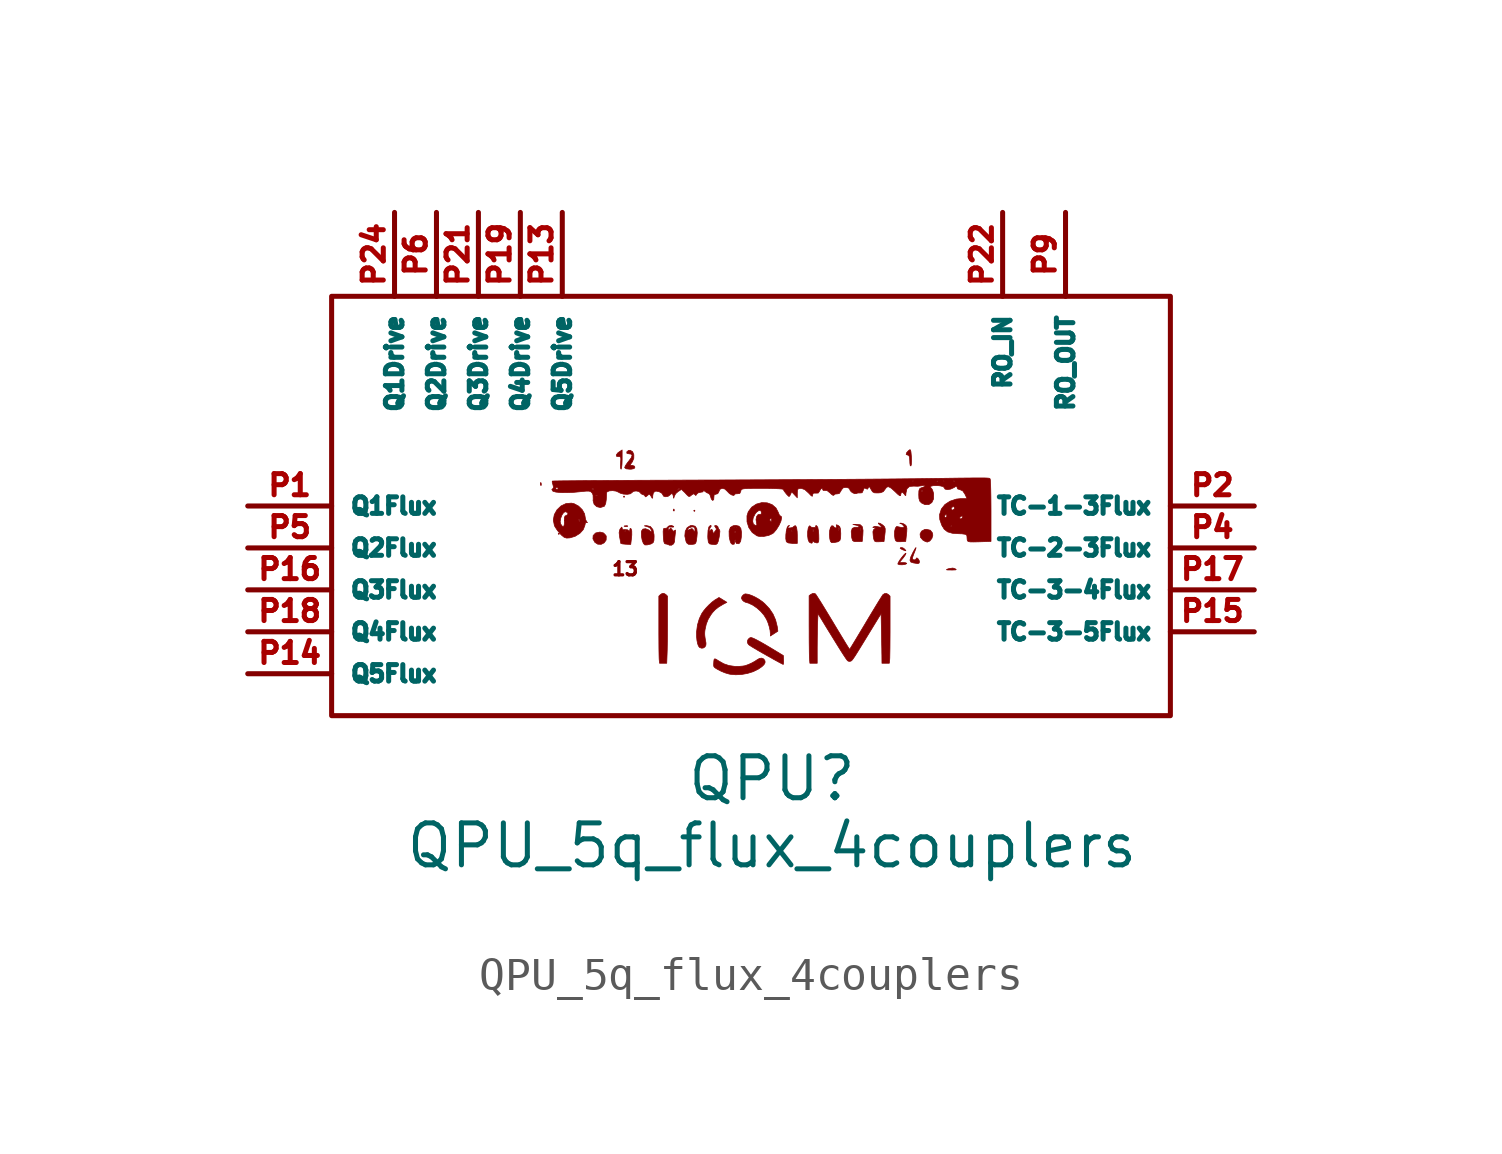
<source format=kicad_sym>
(kicad_symbol_lib
  (version 20220914)
  (generator kicad_symbol_editor)
  (symbol "QPU_5q_flux_4couplers"
    (property "Reference" "QPU"
      (at -5.715 -1.905 0)
      (effects (font (size 1.27 1.27))))
    (property "Value" "QPU_5q_flux_4couplers"
      (at -5.715 -3.937 0)
      (effects (font (size 1.27 1.27))))
    (symbol "QPU_5q_flux_4couplers_0_0"
      (polyline (pts (xy -12.15 5.509) (xy -12.17 5.528) (xy -12.189 5.509) (xy -12.17 5.489) (xy -12.15 5.509)) (stroke (width 0.01) (type default)) (fill (type outline)))
      (polyline (pts (xy -10.176 6.632) (xy -10.195 6.651) (xy -10.214 6.632) (xy -10.195 6.612) (xy -10.176 6.632)) (stroke (width 0.01) (type default)) (fill (type outline)))
      (polyline (pts (xy -8.046 6.206) (xy -8.065 6.225) (xy -8.085 6.206) (xy -8.065 6.186) (xy -8.046 6.206)) (stroke (width 0.01) (type default)) (fill (type outline)))
      (polyline (pts (xy -12.7 6.985) (xy -12.705 7.045) (xy -12.719 7.063) (xy -12.728 7.022) (xy -12.725 6.983) (xy -12.708 6.971) (xy -12.7 6.985)) (stroke (width 0.01) (type default)) (fill (type outline)))
      (polyline (pts (xy -10.084 5.733) (xy -10.088 5.747) (xy -10.106 5.753) (xy -10.185 5.747) (xy -10.192 5.734) (xy -10.137 5.728) (xy -10.084 5.733)) (stroke (width 0.01) (type default)) (fill (type outline)))
      (polyline (pts (xy -8.674 6.205) (xy -8.678 6.251) (xy -8.69 6.257) (xy -8.704 6.225) (xy -8.701 6.205) (xy -8.678 6.199) (xy -8.674 6.205)) (stroke (width 0.01) (type default)) (fill (type outline)))
      (polyline (pts (xy -1.661 5.002) (xy -1.703 5.049) (xy -1.752 5.083) (xy -1.818 5.092) (xy -1.833 5.067) (xy -1.773 5.032) (xy -1.741 5.018) (xy -1.671 4.993) (xy -1.661 5.002)) (stroke (width 0.01) (type default)) (fill (type outline)))
      (polyline (pts (xy -0.237 4.411) (xy -0.154 4.415) (xy -0.135 4.427) (xy -0.173 4.451) (xy -0.238 4.471) (xy -0.366 4.451) (xy -0.41 4.435) (xy -0.432 4.419) (xy -0.392 4.412) (xy -0.283 4.411) (xy -0.237 4.411)) (stroke (width 0.01) (type default)) (fill (type outline)))
      (polyline (pts (xy -10.796 5.235) (xy -10.737 5.318) (xy -10.733 5.429) (xy -10.743 5.457) (xy -10.815 5.533) (xy -10.925 5.561) (xy -11.05 5.534) (xy -11.061 5.528) (xy -11.13 5.455) (xy -11.137 5.355) (xy -11.079 5.25) (xy -10.991 5.193) (xy -10.887 5.189) (xy -10.796 5.235)) (stroke (width 0.01) (type default)) (fill (type outline)))
      (polyline (pts (xy -0.935 5.29) (xy -0.871 5.37) (xy -0.844 5.465) (xy -0.855 5.534) (xy -0.919 5.616) (xy -1.038 5.644) (xy -1.091 5.639) (xy -1.185 5.588) (xy -1.23 5.503) (xy -1.22 5.405) (xy -1.145 5.317) (xy -1.077 5.278) (xy -1.013 5.257) (xy -0.935 5.29)) (stroke (width 0.01) (type default)) (fill (type outline)))
      (polyline (pts (xy -10.283 7.465) (xy -10.268 7.513) (xy -10.257 7.616) (xy -10.253 7.755) (xy -10.253 8.047) (xy -10.351 7.982) (xy -10.387 7.955) (xy -10.43 7.894) (xy -10.418 7.851) (xy -10.35 7.845) (xy -10.33 7.847) (xy -10.3 7.832) (xy -10.292 7.776) (xy -10.3 7.661) (xy -10.305 7.587) (xy -10.301 7.499) (xy -10.286 7.464) (xy -10.283 7.465)) (stroke (width 0.01) (type default)) (fill (type outline)))
      (polyline (pts (xy -1.494 7.608) (xy -1.488 7.71) (xy -1.493 7.843) (xy -1.496 7.878) (xy -1.507 7.994) (xy -1.521 8.048) (xy -1.545 8.053) (xy -1.585 8.021) (xy -1.639 7.962) (xy -1.652 7.909) (xy -1.599 7.89) (xy -1.572 7.881) (xy -1.548 7.826) (xy -1.541 7.708) (xy -1.539 7.648) (xy -1.528 7.574) (xy -1.507 7.563) (xy -1.494 7.608)) (stroke (width 0.01) (type default)) (fill (type outline)))
      (polyline (pts (xy -1.684 4.581) (xy -1.634 4.605) (xy -1.633 4.607) (xy -1.659 4.629) (xy -1.736 4.638) (xy -1.858 4.638) (xy -1.758 4.757) (xy -1.738 4.781) (xy -1.68 4.863) (xy -1.657 4.917) (xy -1.67 4.918) (xy -1.718 4.873) (xy -1.788 4.788) (xy -1.841 4.716) (xy -1.891 4.634) (xy -1.904 4.592) (xy -1.856 4.572) (xy -1.77 4.569) (xy -1.684 4.581)) (stroke (width 0.01) (type default)) (fill (type outline)))
      (polyline (pts (xy -1.665 5.277) (xy -1.64 5.503) (xy -1.633 5.569) (xy -1.629 5.676) (xy -1.645 5.74) (xy -1.684 5.782) (xy -1.736 5.813) (xy -1.812 5.832) (xy -1.844 5.826) (xy -1.806 5.812) (xy -1.773 5.797) (xy -1.72 5.738) (xy -1.714 5.713) (xy -1.734 5.696) (xy -1.801 5.701) (xy -1.928 5.728) (xy -1.944 5.726) (xy -1.979 5.678) (xy -2.001 5.585) (xy -2.005 5.467) (xy -1.989 5.349) (xy -1.967 5.296) (xy -1.917 5.269) (xy -1.816 5.268) (xy -1.665 5.277)) (stroke (width 0.01) (type default)) (fill (type outline)))
      (polyline (pts (xy -1.255 4.625) (xy -1.25 4.683) (xy -1.285 4.746) (xy -1.328 4.78) (xy -1.347 4.762) (xy -1.354 4.74) (xy -1.406 4.715) (xy -1.432 4.72) (xy -1.464 4.755) (xy -1.463 4.764) (xy -1.443 4.834) (xy -1.406 4.934) (xy -1.395 4.958) (xy -1.358 5.06) (xy -1.354 5.092) (xy -1.383 5.055) (xy -1.444 4.947) (xy -1.444 4.947) (xy -1.514 4.802) (xy -1.536 4.707) (xy -1.509 4.652) (xy -1.435 4.627) (xy -1.356 4.614) (xy -1.301 4.605) (xy -1.296 4.604) (xy -1.255 4.625)) (stroke (width 0.01) (type default)) (fill (type outline)))
      (polyline (pts (xy -9.492 5.172) (xy -9.392 5.196) (xy -9.358 5.21) (xy -9.31 5.246) (xy -9.289 5.31) (xy -9.285 5.427) (xy -9.287 5.483) (xy -9.321 5.638) (xy -9.397 5.729) (xy -9.514 5.756) (xy -9.575 5.752) (xy -9.573 5.744) (xy -9.498 5.726) (xy -9.419 5.695) (xy -9.368 5.625) (xy -9.362 5.588) (xy -9.373 5.569) (xy -9.426 5.608) (xy -9.447 5.624) (xy -9.542 5.662) (xy -9.623 5.651) (xy -9.666 5.591) (xy -9.671 5.553) (xy -9.668 5.432) (xy -9.645 5.311) (xy -9.608 5.215) (xy -9.564 5.171) (xy -9.492 5.172)) (stroke (width 0.01) (type default)) (fill (type outline)))
      (polyline (pts (xy -9.976 7.465) (xy -9.891 7.482) (xy -9.866 7.522) (xy -9.881 7.557) (xy -9.946 7.58) (xy -9.951 7.58) (xy -10.001 7.584) (xy -10 7.61) (xy -9.943 7.687) (xy -9.899 7.793) (xy -9.898 7.903) (xy -9.935 7.993) (xy -10.008 8.037) (xy -10.059 8.033) (xy -10.111 7.989) (xy -10.112 7.986) (xy -10.107 7.942) (xy -10.039 7.929) (xy -9.988 7.923) (xy -9.95 7.887) (xy -9.975 7.813) (xy -10.061 7.698) (xy -10.093 7.659) (xy -10.152 7.572) (xy -10.176 7.514) (xy -10.175 7.51) (xy -10.132 7.476) (xy -10.021 7.464) (xy -9.976 7.465)) (stroke (width 0.01) (type default)) (fill (type outline)))
      (polyline (pts (xy -8.89 1.905) (xy -8.887 1.992) (xy -8.885 2.112) (xy -8.883 2.254) (xy -8.881 2.412) (xy -8.88 2.58) (xy -8.879 2.752) (xy -8.879 2.921) (xy -8.879 3.619) (xy -8.921 3.662) (xy -8.923 3.664) (xy -8.966 3.693) (xy -9.01 3.705) (xy -9.011 3.705) (xy -9.055 3.692) (xy -9.098 3.662) (xy -9.141 3.619) (xy -9.141 2.664) (xy -9.141 2.486) (xy -9.14 2.317) (xy -9.139 2.161) (xy -9.138 2.02) (xy -9.136 1.9) (xy -9.134 1.803) (xy -9.132 1.733) (xy -9.13 1.695) (xy -9.119 1.587) (xy -8.902 1.587) (xy -8.89 1.905)) (stroke (width 0.01) (type default)) (fill (type outline)))
      (polyline (pts (xy -2.982 5.275) (xy -2.963 5.469) (xy -2.957 5.608) (xy -2.978 5.721) (xy -3.038 5.78) (xy -3.14 5.795) (xy -3.264 5.79) (xy -3.148 5.765) (xy -3.101 5.751) (xy -3.07 5.726) (xy -3.104 5.707) (xy -3.196 5.704) (xy -3.209 5.705) (xy -3.284 5.672) (xy -3.293 5.644) (xy -3.051 5.644) (xy -3.048 5.665) (xy -3.025 5.67) (xy -3.021 5.664) (xy -3.025 5.619) (xy -3.037 5.612) (xy -3.051 5.644) (xy -3.293 5.644) (xy -3.315 5.576) (xy -3.303 5.415) (xy -3.298 5.383) (xy -3.274 5.304) (xy -3.227 5.274) (xy -3.13 5.271) (xy -2.982 5.275)) (stroke (width 0.01) (type default)) (fill (type outline)))
      (polyline (pts (xy -2.472 5.267) (xy -2.322 5.273) (xy -2.296 5.486) (xy -2.287 5.565) (xy -2.285 5.66) (xy -2.306 5.72) (xy -2.355 5.769) (xy -2.424 5.815) (xy -2.484 5.837) (xy -2.497 5.824) (xy -2.461 5.784) (xy -2.446 5.772) (xy -2.398 5.721) (xy -2.419 5.704) (xy -2.509 5.722) (xy -2.592 5.736) (xy -2.65 5.713) (xy -2.658 5.694) (xy -2.631 5.699) (xy -2.611 5.707) (xy -2.587 5.689) (xy -2.589 5.676) (xy -2.631 5.636) (xy -2.639 5.631) (xy -2.658 5.57) (xy -2.648 5.441) (xy -2.634 5.354) (xy -2.61 5.289) (xy -2.563 5.267) (xy -2.472 5.267)) (stroke (width 0.01) (type default)) (fill (type outline)))
      (polyline (pts (xy -5.372 1.553) (xy -5.366 1.575) (xy -5.363 1.622) (xy -5.364 1.685) (xy -5.369 1.819) (xy -5.564 1.938) (xy -5.738 2.043) (xy -5.909 2.145) (xy -6.054 2.228) (xy -6.171 2.291) (xy -6.261 2.336) (xy -6.324 2.361) (xy -6.358 2.366) (xy -6.395 2.352) (xy -6.438 2.311) (xy -6.459 2.258) (xy -6.455 2.202) (xy -6.423 2.152) (xy -6.423 2.152) (xy -6.39 2.128) (xy -6.328 2.088) (xy -6.239 2.034) (xy -6.125 1.967) (xy -5.988 1.888) (xy -5.83 1.799) (xy -5.654 1.7) (xy -5.581 1.66) (xy -5.502 1.617) (xy -5.437 1.583) (xy -5.393 1.56) (xy -5.373 1.552) (xy -5.372 1.553)) (stroke (width 0.01) (type default)) (fill (type outline)))
      (polyline (pts (xy -4.948 5.468) (xy -4.952 5.574) (xy -4.968 5.691) (xy -4.995 5.746) (xy -5.017 5.754) (xy -5.056 5.729) (xy -5.093 5.698) (xy -5.174 5.684) (xy -5.211 5.685) (xy -5.248 5.696) (xy -5.22 5.725) (xy -5.207 5.734) (xy -5.181 5.758) (xy -5.22 5.751) (xy -5.223 5.749) (xy -5.255 5.699) (xy -5.28 5.601) (xy -5.282 5.586) (xy -5.142 5.586) (xy -5.123 5.606) (xy -5.103 5.586) (xy -5.123 5.567) (xy -5.142 5.586) (xy -5.282 5.586) (xy -5.295 5.479) (xy -5.297 5.361) (xy -5.281 5.271) (xy -5.279 5.267) (xy -5.22 5.231) (xy -5.104 5.218) (xy -4.948 5.218) (xy -4.948 5.468)) (stroke (width 0.01) (type default)) (fill (type outline)))
      (polyline (pts (xy -9.966 5.402) (xy -9.96 5.473) (xy -9.961 5.595) (xy -9.981 5.659) (xy -10.009 5.672) (xy -10.021 5.623) (xy -10.021 5.619) (xy -10.029 5.574) (xy -10.056 5.601) (xy -10.089 5.629) (xy -10.172 5.634) (xy -10.231 5.631) (xy -10.253 5.676) (xy -10.254 5.694) (xy -10.267 5.71) (xy -10.307 5.661) (xy -10.324 5.633) (xy -10.334 5.586) (xy -10.176 5.586) (xy -10.156 5.606) (xy -10.137 5.586) (xy -10.156 5.567) (xy -10.176 5.586) (xy -10.334 5.586) (xy -10.344 5.543) (xy -10.329 5.411) (xy -10.319 5.36) (xy -10.301 5.265) (xy -10.293 5.218) (xy -10.29 5.214) (xy -10.237 5.201) (xy -10.142 5.192) (xy -9.992 5.186) (xy -9.966 5.402)) (stroke (width 0.01) (type default)) (fill (type outline)))
      (polyline (pts (xy -5.65 2.486) (xy -5.537 2.559) (xy -5.546 2.637) (xy -5.556 2.702) (xy -5.605 2.898) (xy -5.683 3.077) (xy -5.793 3.241) (xy -5.936 3.393) (xy -6.005 3.453) (xy -6.111 3.527) (xy -6.223 3.591) (xy -6.332 3.642) (xy -6.433 3.676) (xy -6.517 3.688) (xy -6.54 3.684) (xy -6.586 3.656) (xy -6.623 3.613) (xy -6.638 3.565) (xy -6.635 3.545) (xy -6.608 3.498) (xy -6.563 3.457) (xy -6.511 3.433) (xy -6.426 3.409) (xy -6.297 3.348) (xy -6.171 3.262) (xy -6.055 3.158) (xy -5.955 3.041) (xy -5.879 2.917) (xy -5.836 2.816) (xy -5.798 2.696) (xy -5.772 2.579) (xy -5.763 2.477) (xy -5.763 2.413) (xy -5.65 2.486)) (stroke (width 0.01) (type default)) (fill (type outline)))
      (polyline (pts (xy -8.132 5.187) (xy -8.063 5.197) (xy -8.024 5.226) (xy -8.004 5.295) (xy -7.987 5.421) (xy -7.978 5.536) (xy -7.992 5.666) (xy -8.043 5.738) (xy -8.135 5.761) (xy -8.188 5.754) (xy -8.284 5.694) (xy -8.307 5.65) (xy -8.27 5.65) (xy -8.232 5.688) (xy -8.149 5.715) (xy -8.123 5.717) (xy -8.062 5.705) (xy -8.046 5.647) (xy -8.05 5.592) (xy -8.069 5.572) (xy -8.099 5.627) (xy -8.104 5.637) (xy -8.138 5.666) (xy -8.205 5.642) (xy -8.224 5.632) (xy -8.27 5.618) (xy -8.27 5.65) (xy -8.307 5.65) (xy -8.341 5.585) (xy -8.354 5.441) (xy -8.318 5.278) (xy -8.295 5.23) (xy -8.243 5.19) (xy -8.146 5.186) (xy -8.132 5.187)) (stroke (width 0.01) (type default)) (fill (type outline)))
      (polyline (pts (xy -4.483 5.267) (xy -4.479 5.291) (xy -4.454 5.273) (xy -4.431 5.252) (xy -4.356 5.231) (xy -4.324 5.237) (xy -4.302 5.27) (xy -4.295 5.346) (xy -4.298 5.483) (xy -4.306 5.592) (xy -4.328 5.706) (xy -4.363 5.753) (xy -4.387 5.756) (xy -4.393 5.731) (xy -4.399 5.705) (xy -4.465 5.697) (xy -4.528 5.71) (xy -4.562 5.741) (xy -4.569 5.753) (xy -4.6 5.722) (xy -4.617 5.682) (xy -4.629 5.606) (xy -4.484 5.606) (xy -4.481 5.626) (xy -4.458 5.631) (xy -4.453 5.626) (xy -4.458 5.58) (xy -4.47 5.574) (xy -4.484 5.606) (xy -4.629 5.606) (xy -4.634 5.574) (xy -4.636 5.448) (xy -4.621 5.334) (xy -4.592 5.265) (xy -4.561 5.238) (xy -4.506 5.222) (xy -4.483 5.267)) (stroke (width 0.01) (type default)) (fill (type outline)))
      (polyline (pts (xy -7.788 2.052) (xy -7.743 2.084) (xy -7.716 2.135) (xy -7.713 2.2) (xy -7.731 2.297) (xy -7.744 2.38) (xy -7.751 2.445) (xy -7.752 2.498) (xy -7.749 2.548) (xy -7.742 2.604) (xy -7.74 2.612) (xy -7.705 2.771) (xy -7.65 2.912) (xy -7.571 3.046) (xy -7.514 3.124) (xy -7.43 3.213) (xy -7.332 3.29) (xy -7.21 3.364) (xy -7.081 3.434) (xy -7.319 3.579) (xy -7.426 3.515) (xy -7.444 3.504) (xy -7.528 3.441) (xy -7.619 3.359) (xy -7.707 3.268) (xy -7.784 3.175) (xy -7.841 3.092) (xy -7.915 2.937) (xy -7.972 2.744) (xy -7.998 2.541) (xy -7.999 2.51) (xy -7.998 2.391) (xy -7.987 2.281) (xy -7.969 2.188) (xy -7.944 2.116) (xy -7.914 2.073) (xy -7.899 2.062) (xy -7.842 2.043) (xy -7.788 2.052)) (stroke (width 0.01) (type default)) (fill (type outline)))
      (polyline (pts (xy -7.411 5.185) (xy -7.372 5.211) (xy -7.343 5.277) (xy -7.315 5.402) (xy -7.302 5.473) (xy -7.292 5.591) (xy -7.31 5.638) (xy -7.326 5.648) (xy -7.349 5.706) (xy -7.357 5.733) (xy -7.412 5.761) (xy -7.423 5.76) (xy -7.454 5.747) (xy -7.424 5.699) (xy -7.399 5.659) (xy -7.413 5.612) (xy -7.432 5.596) (xy -7.476 5.528) (xy -7.493 5.506) (xy -7.501 5.557) (xy -7.517 5.622) (xy -7.555 5.642) (xy -7.594 5.596) (xy -7.607 5.575) (xy -7.617 5.607) (xy -7.613 5.64) (xy -7.574 5.714) (xy -7.551 5.743) (xy -7.569 5.761) (xy -7.583 5.759) (xy -7.626 5.715) (xy -7.651 5.608) (xy -7.659 5.431) (xy -7.657 5.372) (xy -7.642 5.257) (xy -7.61 5.205) (xy -7.557 5.192) (xy -7.461 5.183) (xy -7.411 5.185)) (stroke (width 0.01) (type default)) (fill (type outline)))
      (polyline (pts (xy -8.694 5.204) (xy -8.665 5.271) (xy -8.665 5.285) (xy -8.657 5.387) (xy -8.643 5.509) (xy -8.637 5.556) (xy -8.637 5.62) (xy -8.658 5.611) (xy -8.664 5.603) (xy -8.698 5.583) (xy -8.738 5.63) (xy -8.749 5.649) (xy -8.784 5.68) (xy -8.819 5.644) (xy -8.825 5.635) (xy -8.852 5.611) (xy -8.858 5.659) (xy -8.858 5.669) (xy -8.836 5.713) (xy -8.764 5.713) (xy -8.704 5.709) (xy -8.688 5.727) (xy -8.693 5.733) (xy -8.755 5.76) (xy -8.832 5.748) (xy -8.883 5.705) (xy -8.901 5.681) (xy -8.961 5.671) (xy -8.981 5.675) (xy -9.002 5.652) (xy -9.01 5.58) (xy -9.006 5.446) (xy -9.002 5.374) (xy -8.989 5.266) (xy -8.967 5.213) (xy -8.93 5.199) (xy -8.896 5.195) (xy -8.84 5.174) (xy -8.825 5.163) (xy -8.758 5.162) (xy -8.694 5.204)) (stroke (width 0.01) (type default)) (fill (type outline)))
      (polyline (pts (xy -6.86 5.193) (xy -6.84 5.267) (xy -6.838 5.311) (xy -6.832 5.328) (xy -6.819 5.271) (xy -6.794 5.216) (xy -6.731 5.207) (xy -6.7 5.222) (xy -6.663 5.284) (xy -6.643 5.406) (xy -6.637 5.549) (xy -6.658 5.673) (xy -6.715 5.74) (xy -6.811 5.761) (xy -6.889 5.752) (xy -6.975 5.701) (xy -6.977 5.694) (xy -6.899 5.694) (xy -6.894 5.709) (xy -6.877 5.714) (xy -6.797 5.709) (xy -6.791 5.695) (xy -6.846 5.689) (xy -6.899 5.694) (xy -6.977 5.694) (xy -7.014 5.596) (xy -7.013 5.567) (xy -6.846 5.567) (xy -6.843 5.587) (xy -6.82 5.593) (xy -6.815 5.587) (xy -6.82 5.541) (xy -6.832 5.535) (xy -6.846 5.567) (xy -7.013 5.567) (xy -7.011 5.431) (xy -7.001 5.363) (xy -6.975 5.262) (xy -6.946 5.209) (xy -6.91 5.189) (xy -6.86 5.193)) (stroke (width 0.01) (type default)) (fill (type outline)))
      (polyline (pts (xy -3.834 5.242) (xy -3.828 5.243) (xy -3.718 5.266) (xy -3.659 5.304) (xy -3.636 5.377) (xy -3.632 5.506) (xy -3.632 5.524) (xy -3.639 5.648) (xy -3.662 5.72) (xy -3.708 5.76) (xy -3.726 5.769) (xy -3.768 5.78) (xy -3.763 5.742) (xy -3.762 5.697) (xy -3.799 5.684) (xy -3.845 5.722) (xy -3.865 5.747) (xy -3.907 5.75) (xy -3.94 5.702) (xy -3.903 5.702) (xy -3.884 5.722) (xy -3.864 5.702) (xy -3.884 5.683) (xy -3.903 5.702) (xy -3.94 5.702) (xy -3.943 5.697) (xy -3.951 5.667) (xy -3.706 5.667) (xy -3.7 5.705) (xy -3.683 5.69) (xy -3.677 5.668) (xy -3.686 5.616) (xy -3.699 5.617) (xy -3.706 5.667) (xy -3.951 5.667) (xy -3.968 5.605) (xy -3.976 5.486) (xy -3.964 5.357) (xy -3.944 5.276) (xy -3.907 5.239) (xy -3.834 5.242)) (stroke (width 0.01) (type default)) (fill (type outline)))
      (polyline (pts (xy -6.633 1.248) (xy -6.455 1.28) (xy -6.287 1.332) (xy -6.139 1.404) (xy -6.121 1.415) (xy -6.022 1.483) (xy -5.957 1.545) (xy -5.925 1.602) (xy -5.925 1.655) (xy -5.956 1.706) (xy -5.972 1.721) (xy -6.028 1.743) (xy -6.093 1.734) (xy -6.163 1.694) (xy -6.23 1.649) (xy -6.326 1.596) (xy -6.429 1.549) (xy -6.524 1.516) (xy -6.542 1.511) (xy -6.609 1.501) (xy -6.693 1.494) (xy -6.778 1.491) (xy -6.844 1.493) (xy -7.016 1.518) (xy -7.175 1.572) (xy -7.329 1.659) (xy -7.359 1.679) (xy -7.413 1.712) (xy -7.447 1.722) (xy -7.466 1.705) (xy -7.475 1.658) (xy -7.48 1.58) (xy -7.48 1.579) (xy -7.481 1.522) (xy -7.475 1.488) (xy -7.456 1.463) (xy -7.419 1.436) (xy -7.374 1.408) (xy -7.259 1.348) (xy -7.136 1.297) (xy -7.021 1.263) (xy -6.978 1.254) (xy -6.811 1.239) (xy -6.633 1.248)) (stroke (width 0.01) (type default)) (fill (type outline)))
      (polyline (pts (xy -11.832 5.385) (xy -11.676 5.432) (xy -11.534 5.52) (xy -11.43 5.634) (xy -11.383 5.755) (xy -11.363 5.84) (xy -11.325 5.852) (xy -11.302 5.844) (xy -11.328 5.879) (xy -11.359 5.938) (xy -11.376 6.036) (xy -11.39 6.112) (xy -11.46 6.237) (xy -11.572 6.347) (xy -11.706 6.419) (xy -11.789 6.437) (xy -11.953 6.423) (xy -12.102 6.352) (xy -12.224 6.236) (xy -12.306 6.09) (xy -12.337 5.925) (xy -12.327 5.875) (xy -12.129 5.875) (xy -12.113 5.978) (xy -12.074 6.079) (xy -12.02 6.155) (xy -11.963 6.178) (xy -11.902 6.145) (xy -11.894 6.096) (xy -11.944 6.063) (xy -11.981 6.047) (xy -12.002 5.994) (xy -12.002 5.915) (xy -11.569 5.915) (xy -11.567 5.936) (xy -11.544 5.941) (xy -11.539 5.936) (xy -11.544 5.889) (xy -11.555 5.883) (xy -11.569 5.915) (xy -12.002 5.915) (xy -12.001 5.886) (xy -12.001 5.802) (xy -12.021 5.732) (xy -12.06 5.732) (xy -12.114 5.804) (xy -12.129 5.875) (xy -12.327 5.875) (xy -12.304 5.757) (xy -12.286 5.721) (xy -12.213 5.61) (xy -12.121 5.502) (xy -12.087 5.466) (xy -12.007 5.401) (xy -11.933 5.378) (xy -11.832 5.385)) (stroke (width 0.01) (type default)) (fill (type outline)))
      (polyline (pts (xy -5.813 5.459) (xy -5.689 5.519) (xy -5.662 5.541) (xy -5.577 5.642) (xy -5.498 5.769) (xy -5.442 5.895) (xy -5.424 5.991) (xy -5.432 6.031) (xy -5.457 6.048) (xy -5.463 6.047) (xy -5.495 6.085) (xy -5.53 6.17) (xy -5.593 6.289) (xy -5.712 6.392) (xy -5.862 6.446) (xy -6.025 6.452) (xy -6.186 6.408) (xy -6.327 6.316) (xy -6.433 6.175) (xy -6.472 6.052) (xy -6.471 5.888) (xy -6.3 5.888) (xy -6.282 5.998) (xy -6.223 6.113) (xy -6.18 6.165) (xy -6.107 6.217) (xy -6.054 6.213) (xy -6.033 6.149) (xy -6.043 6.101) (xy -6.09 6.095) (xy -6.137 6.089) (xy -6.179 6.032) (xy -6.198 5.943) (xy -6.196 5.927) (xy -5.785 5.927) (xy -5.762 5.973) (xy -5.742 5.977) (xy -5.723 5.937) (xy -5.724 5.917) (xy -5.742 5.878) (xy -5.779 5.913) (xy -5.785 5.927) (xy -6.196 5.927) (xy -6.184 5.848) (xy -6.17 5.781) (xy -6.204 5.761) (xy -6.218 5.761) (xy -6.278 5.802) (xy -6.3 5.888) (xy -6.471 5.888) (xy -6.471 5.872) (xy -6.416 5.696) (xy -6.313 5.548) (xy -6.171 5.447) (xy -6.112 5.431) (xy -5.966 5.428) (xy -5.813 5.459)) (stroke (width 0.01) (type default)) (fill (type outline)))
      (polyline (pts (xy -4.345 2.064) (xy -4.344 2.159) (xy -4.343 2.308) (xy -4.341 2.457) (xy -4.339 2.598) (xy -4.336 2.72) (xy -4.333 2.816) (xy -4.322 3.091) (xy -4.191 2.877) (xy -4.181 2.86) (xy -4.037 2.623) (xy -3.909 2.416) (xy -3.798 2.236) (xy -3.703 2.083) (xy -3.623 1.955) (xy -3.557 1.852) (xy -3.504 1.772) (xy -3.465 1.714) (xy -3.437 1.678) (xy -3.421 1.661) (xy -3.382 1.644) (xy -3.332 1.65) (xy -3.322 1.655) (xy -3.31 1.661) (xy -3.296 1.673) (xy -3.28 1.692) (xy -3.258 1.72) (xy -3.231 1.76) (xy -3.195 1.813) (xy -3.151 1.883) (xy -3.096 1.971) (xy -3.029 2.08) (xy -2.948 2.212) (xy -2.852 2.369) (xy -2.739 2.554) (xy -2.41 3.091) (xy -2.4 2.58) (xy -2.397 2.443) (xy -2.394 2.295) (xy -2.392 2.152) (xy -2.389 2.021) (xy -2.388 1.911) (xy -2.386 1.828) (xy -2.384 1.587) (xy -2.162 1.587) (xy -2.15 1.695) (xy -2.15 1.701) (xy -2.147 1.748) (xy -2.146 1.825) (xy -2.144 1.929) (xy -2.142 2.055) (xy -2.141 2.2) (xy -2.14 2.36) (xy -2.139 2.532) (xy -2.139 2.711) (xy -2.139 3.619) (xy -2.182 3.662) (xy -2.187 3.667) (xy -2.243 3.7) (xy -2.301 3.699) (xy -2.354 3.665) (xy -2.36 3.659) (xy -2.383 3.623) (xy -2.422 3.562) (xy -2.475 3.478) (xy -2.539 3.374) (xy -2.612 3.253) (xy -2.694 3.118) (xy -2.782 2.972) (xy -2.874 2.817) (xy -2.921 2.738) (xy -3.01 2.59) (xy -3.093 2.452) (xy -3.167 2.328) (xy -3.232 2.221) (xy -3.286 2.132) (xy -3.327 2.066) (xy -3.354 2.023) (xy -3.364 2.009) (xy -3.369 2.015) (xy -3.39 2.047) (xy -3.427 2.106) (xy -3.477 2.187) (xy -3.538 2.288) (xy -3.61 2.406) (xy -3.691 2.54) (xy -3.779 2.686) (xy -3.872 2.841) (xy -3.931 2.939) (xy -4.022 3.089) (xy -4.107 3.229) (xy -4.185 3.356) (xy -4.253 3.466) (xy -4.311 3.557) (xy -4.356 3.627) (xy -4.386 3.672) (xy -4.4 3.689) (xy -4.422 3.699) (xy -4.482 3.701) (xy -4.544 3.669) (xy -4.59 3.633) (xy -4.59 2.719) (xy -4.589 2.541) (xy -4.589 2.371) (xy -4.588 2.211) (xy -4.586 2.067) (xy -4.585 1.942) (xy -4.583 1.84) (xy -4.581 1.765) (xy -4.578 1.721) (xy -4.567 1.587) (xy -4.345 1.587) (xy -4.345 2.064)) (stroke (width 0.01) (type default)) (fill (type outline)))
      (polyline (pts (xy 0.559 5.265) (xy 0.918 5.277) (xy 0.918 6.199) (xy 0.917 6.37) (xy 0.915 6.616) (xy 0.911 6.829) (xy 0.906 6.999) (xy 0.9 7.113) (xy 0.894 7.162) (xy 0.89 7.17) (xy 0.886 7.178) (xy 0.877 7.186) (xy 0.858 7.191) (xy 0.821 7.195) (xy 0.761 7.198) (xy 0.672 7.2) (xy 0.549 7.2) (xy 0.384 7.199) (xy 0.172 7.197) (xy -0.094 7.194) (xy -0.419 7.189) (xy -0.809 7.184) (xy -1.27 7.177) (xy -1.575 7.174) (xy -1.951 7.17) (xy -2.389 7.166) (xy -2.879 7.162) (xy -3.416 7.158) (xy -3.991 7.154) (xy -4.595 7.15) (xy -5.221 7.147) (xy -5.862 7.144) (xy -6.508 7.141) (xy -7.153 7.138) (xy -7.788 7.136) (xy -8.148 7.135) (xy -8.723 7.132) (xy -9.274 7.13) (xy -9.795 7.128) (xy -10.282 7.125) (xy -10.73 7.122) (xy -11.134 7.12) (xy -11.489 7.117) (xy -11.791 7.114) (xy -12.034 7.112) (xy -12.215 7.109) (xy -12.328 7.107) (xy -12.368 7.104) (xy -12.368 7.096) (xy -1.464 7.096) (xy -1.444 7.116) (xy -1.425 7.096) (xy -1.435 7.086) (xy -0.75 7.086) (xy -0.735 7.103) (xy -0.713 7.11) (xy -0.661 7.1) (xy -0.661 7.096) (xy -0.534 7.096) (xy -0.515 7.116) (xy -0.496 7.096) (xy -0.225 7.096) (xy -0.205 7.116) (xy -0.186 7.096) (xy -0.205 7.077) (xy -0.225 7.096) (xy -0.496 7.096) (xy -0.515 7.077) (xy -0.534 7.096) (xy -0.661 7.096) (xy -0.662 7.087) (xy -0.712 7.08) (xy -0.75 7.086) (xy -1.435 7.086) (xy -1.444 7.077) (xy -1.464 7.096) (xy -12.368 7.096) (xy -12.369 7.066) (xy -12.347 6.988) (xy -12.328 6.909) (xy -12.347 6.883) (xy -12.266 6.883) (xy -12.265 6.893) (xy -12.228 6.922) (xy -12.218 6.921) (xy -12.189 6.883) (xy -12.19 6.874) (xy -12.195 6.87) (xy -11.169 6.87) (xy -11.164 6.875) (xy -11.118 6.87) (xy -11.112 6.859) (xy -11.144 6.845) (xy -11.164 6.847) (xy -11.169 6.87) (xy -12.195 6.87) (xy -12.228 6.845) (xy -12.237 6.846) (xy -12.266 6.883) (xy -12.347 6.883) (xy -12.355 6.871) (xy -12.382 6.85) (xy -12.354 6.804) (xy -12.344 6.795) (xy -12.259 6.771) (xy -12.116 6.757) (xy -11.928 6.755) (xy -11.712 6.764) (xy -11.481 6.786) (xy -11.344 6.8) (xy -11.254 6.8) (xy -11.201 6.782) (xy -11.162 6.744) (xy -11.133 6.683) (xy -11.133 6.677) (xy -11.053 6.677) (xy -11.047 6.681) (xy -11.002 6.677) (xy -10.995 6.665) (xy -11.027 6.651) (xy -11.048 6.654) (xy -11.053 6.677) (xy -11.133 6.677) (xy -11.129 6.561) (xy -11.133 6.512) (xy -11.101 6.403) (xy -11.021 6.329) (xy -10.913 6.303) (xy -10.797 6.339) (xy -10.786 6.349) (xy -10.751 6.425) (xy -10.733 6.542) (xy -10.731 6.582) (xy -10.726 6.689) (xy -10.722 6.753) (xy -10.707 6.779) (xy -10.639 6.808) (xy -10.539 6.815) (xy -10.434 6.8) (xy -10.352 6.762) (xy -10.312 6.739) (xy -10.21 6.71) (xy -10.097 6.703) (xy -10.002 6.72) (xy -9.952 6.759) (xy -9.91 6.794) (xy -9.829 6.805) (xy -9.746 6.789) (xy -9.697 6.748) (xy -9.68 6.721) (xy -9.615 6.69) (xy -9.587 6.684) (xy -9.556 6.643) (xy -9.541 6.625) (xy -9.49 6.662) (xy -9.453 6.696) (xy -9.415 6.701) (xy -9.375 6.641) (xy -9.343 6.587) (xy -9.328 6.588) (xy -9.325 6.662) (xy -9.309 6.74) (xy -9.263 6.793) (xy -9.215 6.799) (xy -9.125 6.779) (xy -9.047 6.733) (xy -9.014 6.678) (xy -8.998 6.648) (xy -8.938 6.63) (xy -8.864 6.641) (xy -8.809 6.68) (xy -8.769 6.721) (xy -8.723 6.715) (xy -8.7 6.641) (xy -8.697 6.594) (xy -8.689 6.586) (xy -8.67 6.651) (xy -8.63 6.724) (xy -8.548 6.795) (xy -8.499 6.821) (xy -8.482 6.841) (xy -8.53 6.848) (xy -8.553 6.85) (xy -8.582 6.857) (xy -8.537 6.872) (xy -8.532 6.873) (xy -8.451 6.848) (xy -8.348 6.75) (xy -8.297 6.693) (xy -8.243 6.643) (xy -8.202 6.641) (xy -8.154 6.678) (xy -8.14 6.69) (xy -8.085 6.721) (xy -8.049 6.695) (xy -8.021 6.667) (xy -7.995 6.706) (xy -7.955 6.746) (xy -7.871 6.767) (xy -7.802 6.778) (xy -7.799 6.816) (xy -7.796 6.83) (xy -7.75 6.796) (xy -7.689 6.752) (xy -7.631 6.729) (xy -7.63 6.728) (xy -7.595 6.692) (xy -7.567 6.61) (xy -7.552 6.561) (xy -7.513 6.518) (xy -7.479 6.54) (xy -7.473 6.625) (xy -7.466 6.689) (xy -7.407 6.709) (xy -7.356 6.723) (xy -7.317 6.796) (xy -7.291 6.855) (xy -7.224 6.884) (xy -7.141 6.863) (xy -7.066 6.792) (xy -7.065 6.79) (xy -7.004 6.727) (xy -6.932 6.683) (xy -6.871 6.669) (xy -6.846 6.696) (xy -6.826 6.717) (xy -6.759 6.721) (xy -6.689 6.73) (xy -6.659 6.796) (xy -6.653 6.827) (xy -6.636 6.851) (xy -6.598 6.866) (xy -6.528 6.876) (xy -6.414 6.881) (xy -6.246 6.883) (xy -6.011 6.883) (xy -5.857 6.883) (xy -5.665 6.879) (xy -5.512 6.872) (xy -5.411 6.864) (xy -5.374 6.854) (xy -5.374 6.85) (xy -5.343 6.797) (xy -5.283 6.719) (xy -5.262 6.695) (xy -5.211 6.643) (xy -5.182 6.645) (xy -5.155 6.697) (xy -5.118 6.78) (xy -5.033 6.689) (xy -4.948 6.598) (xy -4.948 6.745) (xy -4.942 6.837) (xy -4.911 6.876) (xy -4.839 6.883) (xy -4.825 6.883) (xy -4.72 6.846) (xy -4.607 6.744) (xy -4.592 6.728) (xy -4.525 6.659) (xy -4.492 6.645) (xy -4.484 6.681) (xy -4.484 6.691) (xy -4.462 6.739) (xy -4.391 6.739) (xy -4.314 6.742) (xy -4.272 6.802) (xy -4.269 6.811) (xy -4.232 6.869) (xy -4.192 6.882) (xy -4.174 6.84) (xy -4.164 6.821) (xy -4.111 6.822) (xy -4.043 6.814) (xy -3.953 6.742) (xy -3.917 6.706) (xy -3.861 6.669) (xy -3.826 6.689) (xy -3.803 6.711) (xy -3.735 6.717) (xy -3.679 6.726) (xy -3.625 6.808) (xy -3.609 6.841) (xy -3.553 6.903) (xy -3.468 6.914) (xy -3.394 6.895) (xy -3.361 6.858) (xy -3.345 6.813) (xy -3.285 6.756) (xy -3.208 6.722) (xy -3.146 6.73) (xy -3.117 6.745) (xy -3.038 6.745) (xy -2.986 6.75) (xy -2.951 6.823) (xy -2.943 6.852) (xy -2.916 6.897) (xy -2.873 6.88) (xy -2.828 6.858) (xy -2.795 6.901) (xy -2.78 6.929) (xy -2.755 6.923) (xy -2.715 6.853) (xy -2.67 6.78) (xy -2.609 6.748) (xy -2.502 6.745) (xy -2.425 6.752) (xy -2.345 6.784) (xy -2.291 6.854) (xy -2.29 6.857) (xy -2.24 6.922) (xy -2.181 6.933) (xy -2.099 6.886) (xy -1.983 6.781) (xy -1.911 6.711) (xy -1.849 6.662) (xy -1.82 6.663) (xy -1.812 6.709) (xy -1.797 6.758) (xy -1.752 6.758) (xy -1.699 6.699) (xy -1.681 6.671) (xy -1.663 6.666) (xy -1.658 6.731) (xy -1.658 6.74) (xy -1.628 6.87) (xy -1.548 6.942) (xy -1.422 6.952) (xy -1.3 6.947) (xy -1.183 6.963) (xy -1.108 6.976) (xy -1.077 6.962) (xy -1.101 6.935) (xy -1.173 6.906) (xy -1.201 6.898) (xy -1.246 6.869) (xy -1.266 6.807) (xy -1.266 6.806) (xy -1.193 6.806) (xy -1.19 6.826) (xy -1.167 6.832) (xy -1.162 6.826) (xy -1.167 6.78) (xy -1.179 6.774) (xy -1.193 6.806) (xy -1.266 6.806) (xy -1.27 6.691) (xy -1.265 6.579) (xy -1.239 6.496) (xy -1.184 6.44) (xy -1.081 6.391) (xy -0.965 6.393) (xy -0.874 6.454) (xy -0.821 6.565) (xy -0.819 6.716) (xy -0.822 6.735) (xy -0.851 6.832) (xy -0.886 6.886) (xy -0.92 6.917) (xy -0.902 6.949) (xy -0.824 6.967) (xy -0.693 6.967) (xy -0.624 6.96) (xy -0.527 6.937) (xy -0.496 6.899) (xy -0.473 6.861) (xy -0.401 6.846) (xy -0.304 6.861) (xy -0.204 6.907) (xy -0.148 6.942) (xy -0.115 6.947) (xy -0.108 6.907) (xy -0.093 6.868) (xy -0.021 6.843) (xy -0.019 6.843) (xy 0.061 6.809) (xy 0.129 6.708) (xy 0.192 6.574) (xy 0.011 6.574) (xy -0.133 6.559) (xy -0.322 6.496) (xy -0.478 6.394) (xy -0.581 6.264) (xy -0.589 6.247) (xy -0.289 6.247) (xy -0.283 6.294) (xy -0.232 6.332) (xy -0.208 6.332) (xy -0.186 6.286) (xy -0.194 6.256) (xy -0.247 6.225) (xy -0.289 6.247) (xy -0.589 6.247) (xy -0.589 6.247) (xy -0.639 6.092) (xy -0.637 6.029) (xy -0.496 6.029) (xy -0.494 6.04) (xy -0.457 6.09) (xy -0.437 6.093) (xy -0.418 6.053) (xy -0.423 6.024) (xy -0.457 5.993) (xy -0.466 5.994) (xy -0.496 6.029) (xy -0.637 6.029) (xy -0.636 5.989) (xy -0.031 5.989) (xy -0.025 6.007) (xy 0.025 6.045) (xy 0.058 6.05) (xy 0.06 6.01) (xy 0.033 5.971) (xy -0.01 5.955) (xy -0.031 5.989) (xy -0.636 5.989) (xy -0.634 5.943) (xy -0.574 5.77) (xy -0.573 5.768) (xy -0.557 5.741) (xy -0.302 5.741) (xy -0.283 5.761) (xy -0.263 5.741) (xy -0.283 5.722) (xy -0.302 5.741) (xy -0.557 5.741) (xy -0.498 5.645) (xy -0.396 5.566) (xy -0.253 5.524) (xy -0.051 5.51) (xy 0.033 5.508) (xy 0.146 5.492) (xy 0.186 5.46) (xy 0.19 5.423) (xy 0.196 5.333) (xy 0.203 5.298) (xy 0.228 5.275) (xy 0.286 5.263) (xy 0.391 5.261) (xy 0.559 5.265)) (stroke (width 0.01) (type default)) (fill (type outline)))
      (text "13" (at -10.16 4.445 0) (effects (font (size 0.4 0.4)))))
    (symbol "QPU_5q_flux_4couplers_0_1"
      (rectangle (start -19.05 12.7) (end 6.35 0) (stroke (width 0) (type default)) (fill (type none))))
    (symbol "QPU_5q_flux_4couplers_1_1"
      (pin input line (at -21.59 6.35 0) (length 2.54) (name "Q1Flux" (effects (font (size 0.5 0.5)))) (number "P1" (effects (font (size 0.64 0.64)))))
      (pin input line (at -12.065 15.24 270) (length 2.54) (name "Q5Drive" (effects (font (size 0.5 0.5)))) (number "P13" (effects (font (size 0.64 0.64)))))
      (pin input line (at -21.59 1.27 0) (length 2.54) (name "Q5Flux" (effects (font (size 0.5 0.5)))) (number "P14" (effects (font (size 0.64 0.64)))))
      (pin input line (at 8.89 2.54 180) (length 2.54) (name "TC-3-5Flux" (effects (font (size 0.5 0.5)))) (number "P15" (effects (font (size 0.64 0.64)))))
      (pin input line (at -21.59 3.81 0) (length 2.54) (name "Q3Flux" (effects (font (size 0.5 0.5)))) (number "P16" (effects (font (size 0.64 0.64)))))
      (pin input line (at 8.89 3.81 180) (length 2.54) (name "TC-3-4Flux" (effects (font (size 0.5 0.5)))) (number "P17" (effects (font (size 0.64 0.64)))))
      (pin input line (at -21.59 2.54 0) (length 2.54) (name "Q4Flux" (effects (font (size 0.5 0.5)))) (number "P18" (effects (font (size 0.64 0.64)))))
      (pin input line (at -13.335 15.24 270) (length 2.54) (name "Q4Drive" (effects (font (size 0.5 0.5)))) (number "P19" (effects (font (size 0.64 0.64)))))
      (pin input line (at 8.89 6.35 180) (length 2.54) (name "TC-1-3Flux" (effects (font (size 0.5 0.5)))) (number "P2" (effects (font (size 0.64 0.64)))))
      (pin input line (at -14.605 15.24 270) (length 2.54) (name "Q3Drive" (effects (font (size 0.5 0.5)))) (number "P21" (effects (font (size 0.64 0.64)))))
      (pin input line (at 1.27 15.24 270) (length 2.54) (name "RO_IN" (effects (font (size 0.5 0.5)))) (number "P22" (effects (font (size 0.64 0.64)))))
      (pin input line (at -17.145 15.24 270) (length 2.54) (name "Q1Drive" (effects (font (size 0.5 0.5)))) (number "P24" (effects (font (size 0.64 0.64)))))
      (pin input line (at 8.89 5.08 180) (length 2.54) (name "TC-2-3Flux" (effects (font (size 0.5 0.5)))) (number "P4" (effects (font (size 0.64 0.64)))))
      (pin input line (at -21.59 5.08 0) (length 2.54) (name "Q2Flux" (effects (font (size 0.5 0.5)))) (number "P5" (effects (font (size 0.64 0.64)))))
      (pin input line (at -15.875 15.24 270) (length 2.54) (name "Q2Drive" (effects (font (size 0.5 0.5)))) (number "P6" (effects (font (size 0.64 0.64)))))
      (pin output line (at 3.175 15.24 270) (length 2.54) (name "RO_OUT" (effects (font (size 0.5 0.5)))) (number "P9" (effects (font (size 0.64 0.64))))))))
</source>
